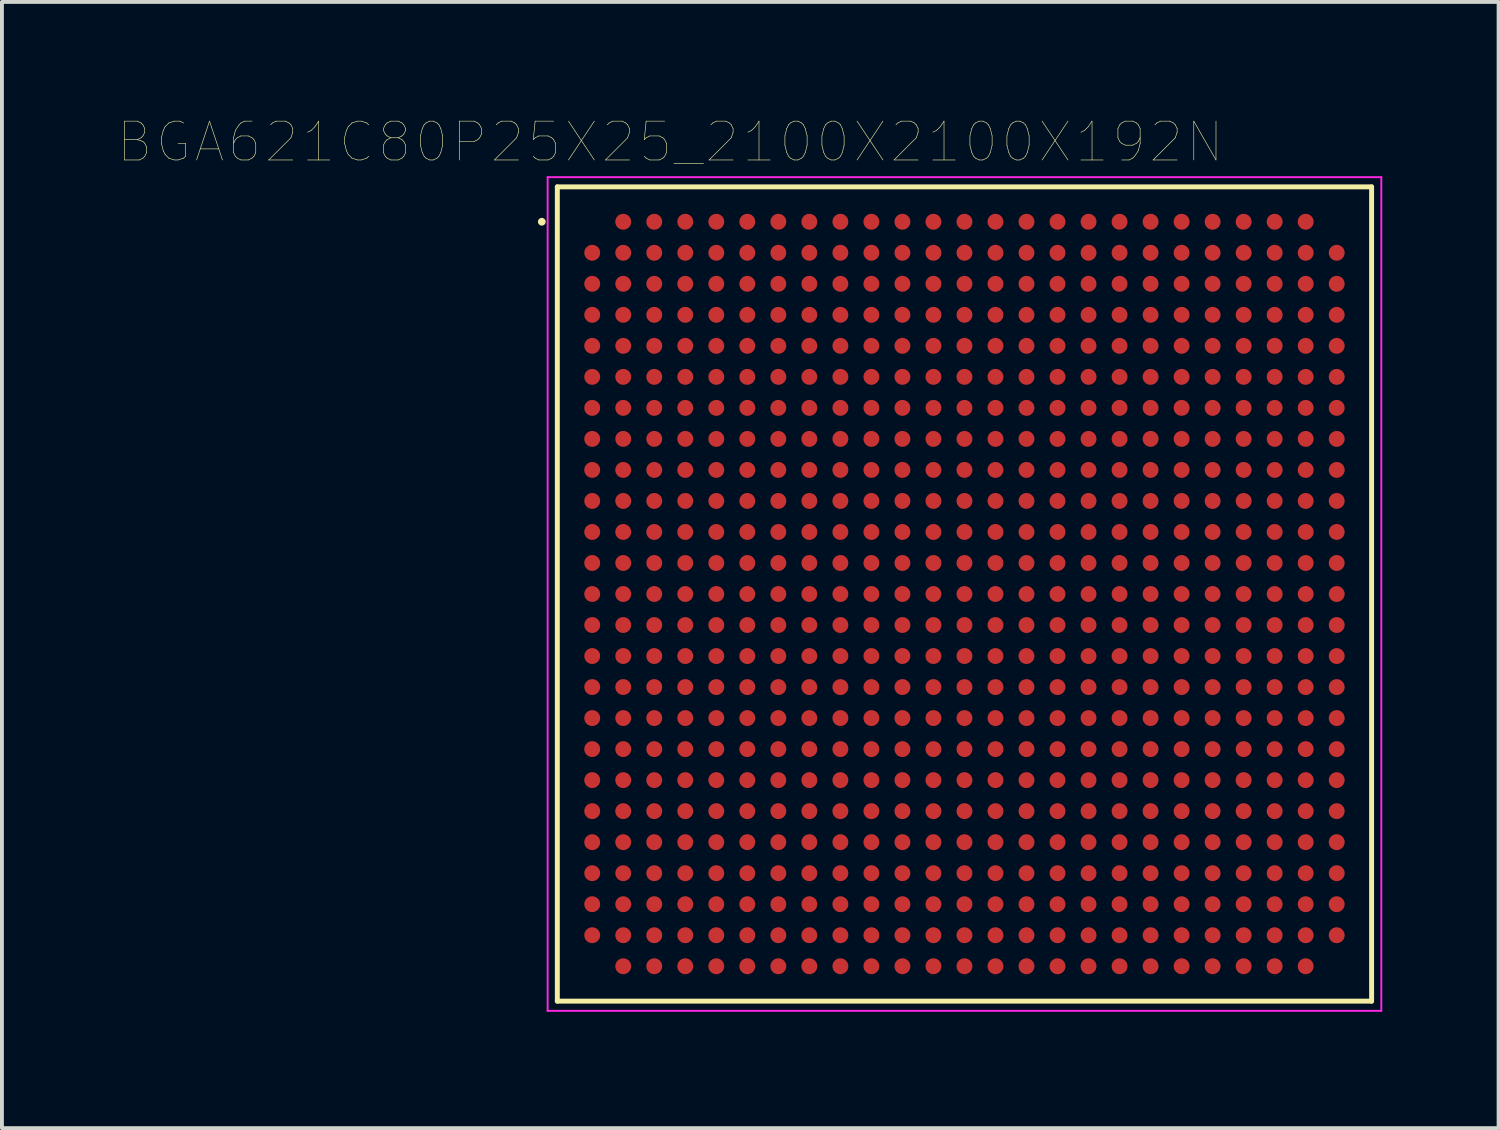
<source format=kicad_pcb>
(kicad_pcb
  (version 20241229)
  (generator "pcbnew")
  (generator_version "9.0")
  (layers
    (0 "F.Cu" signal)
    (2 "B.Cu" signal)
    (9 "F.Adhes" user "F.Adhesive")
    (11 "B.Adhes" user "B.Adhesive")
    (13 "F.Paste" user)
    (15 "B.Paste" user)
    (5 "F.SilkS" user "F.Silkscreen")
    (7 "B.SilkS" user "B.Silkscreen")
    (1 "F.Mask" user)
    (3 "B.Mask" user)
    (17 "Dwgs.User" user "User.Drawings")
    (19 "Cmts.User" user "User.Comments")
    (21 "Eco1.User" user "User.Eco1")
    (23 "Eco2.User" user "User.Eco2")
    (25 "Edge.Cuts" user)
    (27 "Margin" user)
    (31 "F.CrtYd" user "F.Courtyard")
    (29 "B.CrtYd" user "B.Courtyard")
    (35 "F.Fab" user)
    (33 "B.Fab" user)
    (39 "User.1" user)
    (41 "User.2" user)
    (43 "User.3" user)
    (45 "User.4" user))
  (footprint "BGA621C80P25X25_2100X2100X192N"
    (layer "F.Cu")
    (at 21.823 12.269)
    (property "Reference" "BGA621C80P25X25_2100X2100X192N" (at -7.589 -11.656 0) (layer "F.SilkS") (effects (font (size 1.002 1.002) (thickness 0.015))))
    (attr through_hole)
    (fp_line (start -10.5 -10.5) (end -10.5 10.5) (stroke (width 0.127) (type solid)) (layer "F.SilkS"))
    (fp_line (start -10.5 10.5) (end 10.5 10.5) (stroke (width 0.127) (type solid)) (layer "F.SilkS"))
    (fp_line (start 10.5 -10.5) (end -10.5 -10.5) (stroke (width 0.127) (type solid)) (layer "F.SilkS"))
    (fp_line (start 10.5 10.5) (end 10.5 -10.5) (stroke (width 0.127) (type solid)) (layer "F.SilkS"))
    (fp_circle (center -10.9 -9.6) (end -10.8 -9.6) (stroke (width 0) (type solid)) (fill yes) (layer "F.SilkS"))
    (fp_line (start -10.75 -10.75) (end -10.75 10.75) (stroke (width 0.05) (type solid)) (layer "F.CrtYd"))
    (fp_line (start -10.75 10.75) (end 10.75 10.75) (stroke (width 0.05) (type solid)) (layer "F.CrtYd"))
    (fp_line (start 10.75 -10.75) (end -10.75 -10.75) (stroke (width 0.05) (type solid)) (layer "F.CrtYd"))
    (fp_line (start 10.75 10.75) (end 10.75 -10.75) (stroke (width 0.05) (type solid)) (layer "F.CrtYd"))
    (pad "A2" smd circle (at -8.8 -9.6) (size 0.41 0.41) (layers "F.Cu" "F.Mask" "F.Paste"))
    (pad "A3" smd circle (at -8 -9.6) (size 0.41 0.41) (layers "F.Cu" "F.Mask" "F.Paste"))
    (pad "A4" smd circle (at -7.2 -9.6) (size 0.41 0.41) (layers "F.Cu" "F.Mask" "F.Paste"))
    (pad "A5" smd circle (at -6.4 -9.6) (size 0.41 0.41) (layers "F.Cu" "F.Mask" "F.Paste"))
    (pad "A6" smd circle (at -5.6 -9.6) (size 0.41 0.41) (layers "F.Cu" "F.Mask" "F.Paste"))
    (pad "A7" smd circle (at -4.8 -9.6) (size 0.41 0.41) (layers "F.Cu" "F.Mask" "F.Paste"))
    (pad "A8" smd circle (at -4 -9.6) (size 0.41 0.41) (layers "F.Cu" "F.Mask" "F.Paste"))
    (pad "A9" smd circle (at -3.2 -9.6) (size 0.41 0.41) (layers "F.Cu" "F.Mask" "F.Paste"))
    (pad "A10" smd circle (at -2.4 -9.6) (size 0.41 0.41) (layers "F.Cu" "F.Mask" "F.Paste"))
    (pad "A11" smd circle (at -1.6 -9.6) (size 0.41 0.41) (layers "F.Cu" "F.Mask" "F.Paste"))
    (pad "A12" smd circle (at -0.8 -9.6) (size 0.41 0.41) (layers "F.Cu" "F.Mask" "F.Paste"))
    (pad "A13" smd circle (at 0 -9.6) (size 0.41 0.41) (layers "F.Cu" "F.Mask" "F.Paste"))
    (pad "A14" smd circle (at 0.8 -9.6) (size 0.41 0.41) (layers "F.Cu" "F.Mask" "F.Paste"))
    (pad "A15" smd circle (at 1.6 -9.6) (size 0.41 0.41) (layers "F.Cu" "F.Mask" "F.Paste"))
    (pad "A16" smd circle (at 2.4 -9.6) (size 0.41 0.41) (layers "F.Cu" "F.Mask" "F.Paste"))
    (pad "A17" smd circle (at 3.2 -9.6) (size 0.41 0.41) (layers "F.Cu" "F.Mask" "F.Paste"))
    (pad "A18" smd circle (at 4 -9.6) (size 0.41 0.41) (layers "F.Cu" "F.Mask" "F.Paste"))
    (pad "A19" smd circle (at 4.8 -9.6) (size 0.41 0.41) (layers "F.Cu" "F.Mask" "F.Paste"))
    (pad "A20" smd circle (at 5.6 -9.6) (size 0.41 0.41) (layers "F.Cu" "F.Mask" "F.Paste"))
    (pad "A21" smd circle (at 6.4 -9.6) (size 0.41 0.41) (layers "F.Cu" "F.Mask" "F.Paste"))
    (pad "A22" smd circle (at 7.2 -9.6) (size 0.41 0.41) (layers "F.Cu" "F.Mask" "F.Paste"))
    (pad "A23" smd circle (at 8 -9.6) (size 0.41 0.41) (layers "F.Cu" "F.Mask" "F.Paste"))
    (pad "A24" smd circle (at 8.8 -9.6) (size 0.41 0.41) (layers "F.Cu" "F.Mask" "F.Paste"))
    (pad "AA1" smd circle (at -9.6 6.4) (size 0.41 0.41) (layers "F.Cu" "F.Mask" "F.Paste"))
    (pad "AA2" smd circle (at -8.8 6.4) (size 0.41 0.41) (layers "F.Cu" "F.Mask" "F.Paste"))
    (pad "AA3" smd circle (at -8 6.4) (size 0.41 0.41) (layers "F.Cu" "F.Mask" "F.Paste"))
    (pad "AA4" smd circle (at -7.2 6.4) (size 0.41 0.41) (layers "F.Cu" "F.Mask" "F.Paste"))
    (pad "AA5" smd circle (at -6.4 6.4) (size 0.41 0.41) (layers "F.Cu" "F.Mask" "F.Paste"))
    (pad "AA6" smd circle (at -5.6 6.4) (size 0.41 0.41) (layers "F.Cu" "F.Mask" "F.Paste"))
    (pad "AA7" smd circle (at -4.8 6.4) (size 0.41 0.41) (layers "F.Cu" "F.Mask" "F.Paste"))
    (pad "AA8" smd circle (at -4 6.4) (size 0.41 0.41) (layers "F.Cu" "F.Mask" "F.Paste"))
    (pad "AA9" smd circle (at -3.2 6.4) (size 0.41 0.41) (layers "F.Cu" "F.Mask" "F.Paste"))
    (pad "AA10" smd circle (at -2.4 6.4) (size 0.41 0.41) (layers "F.Cu" "F.Mask" "F.Paste"))
    (pad "AA11" smd circle (at -1.6 6.4) (size 0.41 0.41) (layers "F.Cu" "F.Mask" "F.Paste"))
    (pad "AA12" smd circle (at -0.8 6.4) (size 0.41 0.41) (layers "F.Cu" "F.Mask" "F.Paste"))
    (pad "AA13" smd circle (at 0 6.4) (size 0.41 0.41) (layers "F.Cu" "F.Mask" "F.Paste"))
    (pad "AA14" smd circle (at 0.8 6.4) (size 0.41 0.41) (layers "F.Cu" "F.Mask" "F.Paste"))
    (pad "AA15" smd circle (at 1.6 6.4) (size 0.41 0.41) (layers "F.Cu" "F.Mask" "F.Paste"))
    (pad "AA16" smd circle (at 2.4 6.4) (size 0.41 0.41) (layers "F.Cu" "F.Mask" "F.Paste"))
    (pad "AA17" smd circle (at 3.2 6.4) (size 0.41 0.41) (layers "F.Cu" "F.Mask" "F.Paste"))
    (pad "AA18" smd circle (at 4 6.4) (size 0.41 0.41) (layers "F.Cu" "F.Mask" "F.Paste"))
    (pad "AA19" smd circle (at 4.8 6.4) (size 0.41 0.41) (layers "F.Cu" "F.Mask" "F.Paste"))
    (pad "AA20" smd circle (at 5.6 6.4) (size 0.41 0.41) (layers "F.Cu" "F.Mask" "F.Paste"))
    (pad "AA21" smd circle (at 6.4 6.4) (size 0.41 0.41) (layers "F.Cu" "F.Mask" "F.Paste"))
    (pad "AA22" smd circle (at 7.2 6.4) (size 0.41 0.41) (layers "F.Cu" "F.Mask" "F.Paste"))
    (pad "AA23" smd circle (at 8 6.4) (size 0.41 0.41) (layers "F.Cu" "F.Mask" "F.Paste"))
    (pad "AA24" smd circle (at 8.8 6.4) (size 0.41 0.41) (layers "F.Cu" "F.Mask" "F.Paste"))
    (pad "AA25" smd circle (at 9.6 6.4) (size 0.41 0.41) (layers "F.Cu" "F.Mask" "F.Paste"))
    (pad "AB1" smd circle (at -9.6 7.2) (size 0.41 0.41) (layers "F.Cu" "F.Mask" "F.Paste"))
    (pad "AB2" smd circle (at -8.8 7.2) (size 0.41 0.41) (layers "F.Cu" "F.Mask" "F.Paste"))
    (pad "AB3" smd circle (at -8 7.2) (size 0.41 0.41) (layers "F.Cu" "F.Mask" "F.Paste"))
    (pad "AB4" smd circle (at -7.2 7.2) (size 0.41 0.41) (layers "F.Cu" "F.Mask" "F.Paste"))
    (pad "AB5" smd circle (at -6.4 7.2) (size 0.41 0.41) (layers "F.Cu" "F.Mask" "F.Paste"))
    (pad "AB6" smd circle (at -5.6 7.2) (size 0.41 0.41) (layers "F.Cu" "F.Mask" "F.Paste"))
    (pad "AB7" smd circle (at -4.8 7.2) (size 0.41 0.41) (layers "F.Cu" "F.Mask" "F.Paste"))
    (pad "AB8" smd circle (at -4 7.2) (size 0.41 0.41) (layers "F.Cu" "F.Mask" "F.Paste"))
    (pad "AB9" smd circle (at -3.2 7.2) (size 0.41 0.41) (layers "F.Cu" "F.Mask" "F.Paste"))
    (pad "AB10" smd circle (at -2.4 7.2) (size 0.41 0.41) (layers "F.Cu" "F.Mask" "F.Paste"))
    (pad "AB11" smd circle (at -1.6 7.2) (size 0.41 0.41) (layers "F.Cu" "F.Mask" "F.Paste"))
    (pad "AB12" smd circle (at -0.8 7.2) (size 0.41 0.41) (layers "F.Cu" "F.Mask" "F.Paste"))
    (pad "AB13" smd circle (at 0 7.2) (size 0.41 0.41) (layers "F.Cu" "F.Mask" "F.Paste"))
    (pad "AB14" smd circle (at 0.8 7.2) (size 0.41 0.41) (layers "F.Cu" "F.Mask" "F.Paste"))
    (pad "AB15" smd circle (at 1.6 7.2) (size 0.41 0.41) (layers "F.Cu" "F.Mask" "F.Paste"))
    (pad "AB16" smd circle (at 2.4 7.2) (size 0.41 0.41) (layers "F.Cu" "F.Mask" "F.Paste"))
    (pad "AB17" smd circle (at 3.2 7.2) (size 0.41 0.41) (layers "F.Cu" "F.Mask" "F.Paste"))
    (pad "AB18" smd circle (at 4 7.2) (size 0.41 0.41) (layers "F.Cu" "F.Mask" "F.Paste"))
    (pad "AB19" smd circle (at 4.8 7.2) (size 0.41 0.41) (layers "F.Cu" "F.Mask" "F.Paste"))
    (pad "AB20" smd circle (at 5.6 7.2) (size 0.41 0.41) (layers "F.Cu" "F.Mask" "F.Paste"))
    (pad "AB21" smd circle (at 6.4 7.2) (size 0.41 0.41) (layers "F.Cu" "F.Mask" "F.Paste"))
    (pad "AB22" smd circle (at 7.2 7.2) (size 0.41 0.41) (layers "F.Cu" "F.Mask" "F.Paste"))
    (pad "AB23" smd circle (at 8 7.2) (size 0.41 0.41) (layers "F.Cu" "F.Mask" "F.Paste"))
    (pad "AB24" smd circle (at 8.8 7.2) (size 0.41 0.41) (layers "F.Cu" "F.Mask" "F.Paste"))
    (pad "AB25" smd circle (at 9.6 7.2) (size 0.41 0.41) (layers "F.Cu" "F.Mask" "F.Paste"))
    (pad "AC1" smd circle (at -9.6 8) (size 0.41 0.41) (layers "F.Cu" "F.Mask" "F.Paste"))
    (pad "AC2" smd circle (at -8.8 8) (size 0.41 0.41) (layers "F.Cu" "F.Mask" "F.Paste"))
    (pad "AC3" smd circle (at -8 8) (size 0.41 0.41) (layers "F.Cu" "F.Mask" "F.Paste"))
    (pad "AC4" smd circle (at -7.2 8) (size 0.41 0.41) (layers "F.Cu" "F.Mask" "F.Paste"))
    (pad "AC5" smd circle (at -6.4 8) (size 0.41 0.41) (layers "F.Cu" "F.Mask" "F.Paste"))
    (pad "AC6" smd circle (at -5.6 8) (size 0.41 0.41) (layers "F.Cu" "F.Mask" "F.Paste"))
    (pad "AC7" smd circle (at -4.8 8) (size 0.41 0.41) (layers "F.Cu" "F.Mask" "F.Paste"))
    (pad "AC8" smd circle (at -4 8) (size 0.41 0.41) (layers "F.Cu" "F.Mask" "F.Paste"))
    (pad "AC9" smd circle (at -3.2 8) (size 0.41 0.41) (layers "F.Cu" "F.Mask" "F.Paste"))
    (pad "AC10" smd circle (at -2.4 8) (size 0.41 0.41) (layers "F.Cu" "F.Mask" "F.Paste"))
    (pad "AC11" smd circle (at -1.6 8) (size 0.41 0.41) (layers "F.Cu" "F.Mask" "F.Paste"))
    (pad "AC12" smd circle (at -0.8 8) (size 0.41 0.41) (layers "F.Cu" "F.Mask" "F.Paste"))
    (pad "AC13" smd circle (at 0 8) (size 0.41 0.41) (layers "F.Cu" "F.Mask" "F.Paste"))
    (pad "AC14" smd circle (at 0.8 8) (size 0.41 0.41) (layers "F.Cu" "F.Mask" "F.Paste"))
    (pad "AC15" smd circle (at 1.6 8) (size 0.41 0.41) (layers "F.Cu" "F.Mask" "F.Paste"))
    (pad "AC16" smd circle (at 2.4 8) (size 0.41 0.41) (layers "F.Cu" "F.Mask" "F.Paste"))
    (pad "AC17" smd circle (at 3.2 8) (size 0.41 0.41) (layers "F.Cu" "F.Mask" "F.Paste"))
    (pad "AC18" smd circle (at 4 8) (size 0.41 0.41) (layers "F.Cu" "F.Mask" "F.Paste"))
    (pad "AC19" smd circle (at 4.8 8) (size 0.41 0.41) (layers "F.Cu" "F.Mask" "F.Paste"))
    (pad "AC20" smd circle (at 5.6 8) (size 0.41 0.41) (layers "F.Cu" "F.Mask" "F.Paste"))
    (pad "AC21" smd circle (at 6.4 8) (size 0.41 0.41) (layers "F.Cu" "F.Mask" "F.Paste"))
    (pad "AC22" smd circle (at 7.2 8) (size 0.41 0.41) (layers "F.Cu" "F.Mask" "F.Paste"))
    (pad "AC23" smd circle (at 8 8) (size 0.41 0.41) (layers "F.Cu" "F.Mask" "F.Paste"))
    (pad "AC24" smd circle (at 8.8 8) (size 0.41 0.41) (layers "F.Cu" "F.Mask" "F.Paste"))
    (pad "AC25" smd circle (at 9.6 8) (size 0.41 0.41) (layers "F.Cu" "F.Mask" "F.Paste"))
    (pad "AD1" smd circle (at -9.6 8.8) (size 0.41 0.41) (layers "F.Cu" "F.Mask" "F.Paste"))
    (pad "AD2" smd circle (at -8.8 8.8) (size 0.41 0.41) (layers "F.Cu" "F.Mask" "F.Paste"))
    (pad "AD3" smd circle (at -8 8.8) (size 0.41 0.41) (layers "F.Cu" "F.Mask" "F.Paste"))
    (pad "AD4" smd circle (at -7.2 8.8) (size 0.41 0.41) (layers "F.Cu" "F.Mask" "F.Paste"))
    (pad "AD5" smd circle (at -6.4 8.8) (size 0.41 0.41) (layers "F.Cu" "F.Mask" "F.Paste"))
    (pad "AD6" smd circle (at -5.6 8.8) (size 0.41 0.41) (layers "F.Cu" "F.Mask" "F.Paste"))
    (pad "AD7" smd circle (at -4.8 8.8) (size 0.41 0.41) (layers "F.Cu" "F.Mask" "F.Paste"))
    (pad "AD8" smd circle (at -4 8.8) (size 0.41 0.41) (layers "F.Cu" "F.Mask" "F.Paste"))
    (pad "AD9" smd circle (at -3.2 8.8) (size 0.41 0.41) (layers "F.Cu" "F.Mask" "F.Paste"))
    (pad "AD10" smd circle (at -2.4 8.8) (size 0.41 0.41) (layers "F.Cu" "F.Mask" "F.Paste"))
    (pad "AD11" smd circle (at -1.6 8.8) (size 0.41 0.41) (layers "F.Cu" "F.Mask" "F.Paste"))
    (pad "AD12" smd circle (at -0.8 8.8) (size 0.41 0.41) (layers "F.Cu" "F.Mask" "F.Paste"))
    (pad "AD13" smd circle (at 0 8.8) (size 0.41 0.41) (layers "F.Cu" "F.Mask" "F.Paste"))
    (pad "AD14" smd circle (at 0.8 8.8) (size 0.41 0.41) (layers "F.Cu" "F.Mask" "F.Paste"))
    (pad "AD15" smd circle (at 1.6 8.8) (size 0.41 0.41) (layers "F.Cu" "F.Mask" "F.Paste"))
    (pad "AD16" smd circle (at 2.4 8.8) (size 0.41 0.41) (layers "F.Cu" "F.Mask" "F.Paste"))
    (pad "AD17" smd circle (at 3.2 8.8) (size 0.41 0.41) (layers "F.Cu" "F.Mask" "F.Paste"))
    (pad "AD18" smd circle (at 4 8.8) (size 0.41 0.41) (layers "F.Cu" "F.Mask" "F.Paste"))
    (pad "AD19" smd circle (at 4.8 8.8) (size 0.41 0.41) (layers "F.Cu" "F.Mask" "F.Paste"))
    (pad "AD20" smd circle (at 5.6 8.8) (size 0.41 0.41) (layers "F.Cu" "F.Mask" "F.Paste"))
    (pad "AD21" smd circle (at 6.4 8.8) (size 0.41 0.41) (layers "F.Cu" "F.Mask" "F.Paste"))
    (pad "AD22" smd circle (at 7.2 8.8) (size 0.41 0.41) (layers "F.Cu" "F.Mask" "F.Paste"))
    (pad "AD23" smd circle (at 8 8.8) (size 0.41 0.41) (layers "F.Cu" "F.Mask" "F.Paste"))
    (pad "AD24" smd circle (at 8.8 8.8) (size 0.41 0.41) (layers "F.Cu" "F.Mask" "F.Paste"))
    (pad "AD25" smd circle (at 9.6 8.8) (size 0.41 0.41) (layers "F.Cu" "F.Mask" "F.Paste"))
    (pad "AE2" smd circle (at -8.8 9.6) (size 0.41 0.41) (layers "F.Cu" "F.Mask" "F.Paste"))
    (pad "AE3" smd circle (at -8 9.6) (size 0.41 0.41) (layers "F.Cu" "F.Mask" "F.Paste"))
    (pad "AE4" smd circle (at -7.2 9.6) (size 0.41 0.41) (layers "F.Cu" "F.Mask" "F.Paste"))
    (pad "AE5" smd circle (at -6.4 9.6) (size 0.41 0.41) (layers "F.Cu" "F.Mask" "F.Paste"))
    (pad "AE6" smd circle (at -5.6 9.6) (size 0.41 0.41) (layers "F.Cu" "F.Mask" "F.Paste"))
    (pad "AE7" smd circle (at -4.8 9.6) (size 0.41 0.41) (layers "F.Cu" "F.Mask" "F.Paste"))
    (pad "AE8" smd circle (at -4 9.6) (size 0.41 0.41) (layers "F.Cu" "F.Mask" "F.Paste"))
    (pad "AE9" smd circle (at -3.2 9.6) (size 0.41 0.41) (layers "F.Cu" "F.Mask" "F.Paste"))
    (pad "AE10" smd circle (at -2.4 9.6) (size 0.41 0.41) (layers "F.Cu" "F.Mask" "F.Paste"))
    (pad "AE11" smd circle (at -1.6 9.6) (size 0.41 0.41) (layers "F.Cu" "F.Mask" "F.Paste"))
    (pad "AE12" smd circle (at -0.8 9.6) (size 0.41 0.41) (layers "F.Cu" "F.Mask" "F.Paste"))
    (pad "AE13" smd circle (at 0 9.6) (size 0.41 0.41) (layers "F.Cu" "F.Mask" "F.Paste"))
    (pad "AE14" smd circle (at 0.8 9.6) (size 0.41 0.41) (layers "F.Cu" "F.Mask" "F.Paste"))
    (pad "AE15" smd circle (at 1.6 9.6) (size 0.41 0.41) (layers "F.Cu" "F.Mask" "F.Paste"))
    (pad "AE16" smd circle (at 2.4 9.6) (size 0.41 0.41) (layers "F.Cu" "F.Mask" "F.Paste"))
    (pad "AE17" smd circle (at 3.2 9.6) (size 0.41 0.41) (layers "F.Cu" "F.Mask" "F.Paste"))
    (pad "AE18" smd circle (at 4 9.6) (size 0.41 0.41) (layers "F.Cu" "F.Mask" "F.Paste"))
    (pad "AE19" smd circle (at 4.8 9.6) (size 0.41 0.41) (layers "F.Cu" "F.Mask" "F.Paste"))
    (pad "AE20" smd circle (at 5.6 9.6) (size 0.41 0.41) (layers "F.Cu" "F.Mask" "F.Paste"))
    (pad "AE21" smd circle (at 6.4 9.6) (size 0.41 0.41) (layers "F.Cu" "F.Mask" "F.Paste"))
    (pad "AE22" smd circle (at 7.2 9.6) (size 0.41 0.41) (layers "F.Cu" "F.Mask" "F.Paste"))
    (pad "AE23" smd circle (at 8 9.6) (size 0.41 0.41) (layers "F.Cu" "F.Mask" "F.Paste"))
    (pad "AE24" smd circle (at 8.8 9.6) (size 0.41 0.41) (layers "F.Cu" "F.Mask" "F.Paste"))
    (pad "B1" smd circle (at -9.6 -8.8) (size 0.41 0.41) (layers "F.Cu" "F.Mask" "F.Paste"))
    (pad "B2" smd circle (at -8.8 -8.8) (size 0.41 0.41) (layers "F.Cu" "F.Mask" "F.Paste"))
    (pad "B3" smd circle (at -8 -8.8) (size 0.41 0.41) (layers "F.Cu" "F.Mask" "F.Paste"))
    (pad "B4" smd circle (at -7.2 -8.8) (size 0.41 0.41) (layers "F.Cu" "F.Mask" "F.Paste"))
    (pad "B5" smd circle (at -6.4 -8.8) (size 0.41 0.41) (layers "F.Cu" "F.Mask" "F.Paste"))
    (pad "B6" smd circle (at -5.6 -8.8) (size 0.41 0.41) (layers "F.Cu" "F.Mask" "F.Paste"))
    (pad "B7" smd circle (at -4.8 -8.8) (size 0.41 0.41) (layers "F.Cu" "F.Mask" "F.Paste"))
    (pad "B8" smd circle (at -4 -8.8) (size 0.41 0.41) (layers "F.Cu" "F.Mask" "F.Paste"))
    (pad "B9" smd circle (at -3.2 -8.8) (size 0.41 0.41) (layers "F.Cu" "F.Mask" "F.Paste"))
    (pad "B10" smd circle (at -2.4 -8.8) (size 0.41 0.41) (layers "F.Cu" "F.Mask" "F.Paste"))
    (pad "B11" smd circle (at -1.6 -8.8) (size 0.41 0.41) (layers "F.Cu" "F.Mask" "F.Paste"))
    (pad "B12" smd circle (at -0.8 -8.8) (size 0.41 0.41) (layers "F.Cu" "F.Mask" "F.Paste"))
    (pad "B13" smd circle (at 0 -8.8) (size 0.41 0.41) (layers "F.Cu" "F.Mask" "F.Paste"))
    (pad "B14" smd circle (at 0.8 -8.8) (size 0.41 0.41) (layers "F.Cu" "F.Mask" "F.Paste"))
    (pad "B15" smd circle (at 1.6 -8.8) (size 0.41 0.41) (layers "F.Cu" "F.Mask" "F.Paste"))
    (pad "B16" smd circle (at 2.4 -8.8) (size 0.41 0.41) (layers "F.Cu" "F.Mask" "F.Paste"))
    (pad "B17" smd circle (at 3.2 -8.8) (size 0.41 0.41) (layers "F.Cu" "F.Mask" "F.Paste"))
    (pad "B18" smd circle (at 4 -8.8) (size 0.41 0.41) (layers "F.Cu" "F.Mask" "F.Paste"))
    (pad "B19" smd circle (at 4.8 -8.8) (size 0.41 0.41) (layers "F.Cu" "F.Mask" "F.Paste"))
    (pad "B20" smd circle (at 5.6 -8.8) (size 0.41 0.41) (layers "F.Cu" "F.Mask" "F.Paste"))
    (pad "B21" smd circle (at 6.4 -8.8) (size 0.41 0.41) (layers "F.Cu" "F.Mask" "F.Paste"))
    (pad "B22" smd circle (at 7.2 -8.8) (size 0.41 0.41) (layers "F.Cu" "F.Mask" "F.Paste"))
    (pad "B23" smd circle (at 8 -8.8) (size 0.41 0.41) (layers "F.Cu" "F.Mask" "F.Paste"))
    (pad "B24" smd circle (at 8.8 -8.8) (size 0.41 0.41) (layers "F.Cu" "F.Mask" "F.Paste"))
    (pad "B25" smd circle (at 9.6 -8.8) (size 0.41 0.41) (layers "F.Cu" "F.Mask" "F.Paste"))
    (pad "C1" smd circle (at -9.6 -8) (size 0.41 0.41) (layers "F.Cu" "F.Mask" "F.Paste"))
    (pad "C2" smd circle (at -8.8 -8) (size 0.41 0.41) (layers "F.Cu" "F.Mask" "F.Paste"))
    (pad "C3" smd circle (at -8 -8) (size 0.41 0.41) (layers "F.Cu" "F.Mask" "F.Paste"))
    (pad "C4" smd circle (at -7.2 -8) (size 0.41 0.41) (layers "F.Cu" "F.Mask" "F.Paste"))
    (pad "C5" smd circle (at -6.4 -8) (size 0.41 0.41) (layers "F.Cu" "F.Mask" "F.Paste"))
    (pad "C6" smd circle (at -5.6 -8) (size 0.41 0.41) (layers "F.Cu" "F.Mask" "F.Paste"))
    (pad "C7" smd circle (at -4.8 -8) (size 0.41 0.41) (layers "F.Cu" "F.Mask" "F.Paste"))
    (pad "C8" smd circle (at -4 -8) (size 0.41 0.41) (layers "F.Cu" "F.Mask" "F.Paste"))
    (pad "C9" smd circle (at -3.2 -8) (size 0.41 0.41) (layers "F.Cu" "F.Mask" "F.Paste"))
    (pad "C10" smd circle (at -2.4 -8) (size 0.41 0.41) (layers "F.Cu" "F.Mask" "F.Paste"))
    (pad "C11" smd circle (at -1.6 -8) (size 0.41 0.41) (layers "F.Cu" "F.Mask" "F.Paste"))
    (pad "C12" smd circle (at -0.8 -8) (size 0.41 0.41) (layers "F.Cu" "F.Mask" "F.Paste"))
    (pad "C13" smd circle (at 0 -8) (size 0.41 0.41) (layers "F.Cu" "F.Mask" "F.Paste"))
    (pad "C14" smd circle (at 0.8 -8) (size 0.41 0.41) (layers "F.Cu" "F.Mask" "F.Paste"))
    (pad "C15" smd circle (at 1.6 -8) (size 0.41 0.41) (layers "F.Cu" "F.Mask" "F.Paste"))
    (pad "C16" smd circle (at 2.4 -8) (size 0.41 0.41) (layers "F.Cu" "F.Mask" "F.Paste"))
    (pad "C17" smd circle (at 3.2 -8) (size 0.41 0.41) (layers "F.Cu" "F.Mask" "F.Paste"))
    (pad "C18" smd circle (at 4 -8) (size 0.41 0.41) (layers "F.Cu" "F.Mask" "F.Paste"))
    (pad "C19" smd circle (at 4.8 -8) (size 0.41 0.41) (layers "F.Cu" "F.Mask" "F.Paste"))
    (pad "C20" smd circle (at 5.6 -8) (size 0.41 0.41) (layers "F.Cu" "F.Mask" "F.Paste"))
    (pad "C21" smd circle (at 6.4 -8) (size 0.41 0.41) (layers "F.Cu" "F.Mask" "F.Paste"))
    (pad "C22" smd circle (at 7.2 -8) (size 0.41 0.41) (layers "F.Cu" "F.Mask" "F.Paste"))
    (pad "C23" smd circle (at 8 -8) (size 0.41 0.41) (layers "F.Cu" "F.Mask" "F.Paste"))
    (pad "C24" smd circle (at 8.8 -8) (size 0.41 0.41) (layers "F.Cu" "F.Mask" "F.Paste"))
    (pad "C25" smd circle (at 9.6 -8) (size 0.41 0.41) (layers "F.Cu" "F.Mask" "F.Paste"))
    (pad "D1" smd circle (at -9.6 -7.2) (size 0.41 0.41) (layers "F.Cu" "F.Mask" "F.Paste"))
    (pad "D2" smd circle (at -8.8 -7.2) (size 0.41 0.41) (layers "F.Cu" "F.Mask" "F.Paste"))
    (pad "D3" smd circle (at -8 -7.2) (size 0.41 0.41) (layers "F.Cu" "F.Mask" "F.Paste"))
    (pad "D4" smd circle (at -7.2 -7.2) (size 0.41 0.41) (layers "F.Cu" "F.Mask" "F.Paste"))
    (pad "D5" smd circle (at -6.4 -7.2) (size 0.41 0.41) (layers "F.Cu" "F.Mask" "F.Paste"))
    (pad "D6" smd circle (at -5.6 -7.2) (size 0.41 0.41) (layers "F.Cu" "F.Mask" "F.Paste"))
    (pad "D7" smd circle (at -4.8 -7.2) (size 0.41 0.41) (layers "F.Cu" "F.Mask" "F.Paste"))
    (pad "D8" smd circle (at -4 -7.2) (size 0.41 0.41) (layers "F.Cu" "F.Mask" "F.Paste"))
    (pad "D9" smd circle (at -3.2 -7.2) (size 0.41 0.41) (layers "F.Cu" "F.Mask" "F.Paste"))
    (pad "D10" smd circle (at -2.4 -7.2) (size 0.41 0.41) (layers "F.Cu" "F.Mask" "F.Paste"))
    (pad "D11" smd circle (at -1.6 -7.2) (size 0.41 0.41) (layers "F.Cu" "F.Mask" "F.Paste"))
    (pad "D12" smd circle (at -0.8 -7.2) (size 0.41 0.41) (layers "F.Cu" "F.Mask" "F.Paste"))
    (pad "D13" smd circle (at 0 -7.2) (size 0.41 0.41) (layers "F.Cu" "F.Mask" "F.Paste"))
    (pad "D14" smd circle (at 0.8 -7.2) (size 0.41 0.41) (layers "F.Cu" "F.Mask" "F.Paste"))
    (pad "D15" smd circle (at 1.6 -7.2) (size 0.41 0.41) (layers "F.Cu" "F.Mask" "F.Paste"))
    (pad "D16" smd circle (at 2.4 -7.2) (size 0.41 0.41) (layers "F.Cu" "F.Mask" "F.Paste"))
    (pad "D17" smd circle (at 3.2 -7.2) (size 0.41 0.41) (layers "F.Cu" "F.Mask" "F.Paste"))
    (pad "D18" smd circle (at 4 -7.2) (size 0.41 0.41) (layers "F.Cu" "F.Mask" "F.Paste"))
    (pad "D19" smd circle (at 4.8 -7.2) (size 0.41 0.41) (layers "F.Cu" "F.Mask" "F.Paste"))
    (pad "D20" smd circle (at 5.6 -7.2) (size 0.41 0.41) (layers "F.Cu" "F.Mask" "F.Paste"))
    (pad "D21" smd circle (at 6.4 -7.2) (size 0.41 0.41) (layers "F.Cu" "F.Mask" "F.Paste"))
    (pad "D22" smd circle (at 7.2 -7.2) (size 0.41 0.41) (layers "F.Cu" "F.Mask" "F.Paste"))
    (pad "D23" smd circle (at 8 -7.2) (size 0.41 0.41) (layers "F.Cu" "F.Mask" "F.Paste"))
    (pad "D24" smd circle (at 8.8 -7.2) (size 0.41 0.41) (layers "F.Cu" "F.Mask" "F.Paste"))
    (pad "D25" smd circle (at 9.6 -7.2) (size 0.41 0.41) (layers "F.Cu" "F.Mask" "F.Paste"))
    (pad "E1" smd circle (at -9.6 -6.4) (size 0.41 0.41) (layers "F.Cu" "F.Mask" "F.Paste"))
    (pad "E2" smd circle (at -8.8 -6.4) (size 0.41 0.41) (layers "F.Cu" "F.Mask" "F.Paste"))
    (pad "E3" smd circle (at -8 -6.4) (size 0.41 0.41) (layers "F.Cu" "F.Mask" "F.Paste"))
    (pad "E4" smd circle (at -7.2 -6.4) (size 0.41 0.41) (layers "F.Cu" "F.Mask" "F.Paste"))
    (pad "E5" smd circle (at -6.4 -6.4) (size 0.41 0.41) (layers "F.Cu" "F.Mask" "F.Paste"))
    (pad "E6" smd circle (at -5.6 -6.4) (size 0.41 0.41) (layers "F.Cu" "F.Mask" "F.Paste"))
    (pad "E7" smd circle (at -4.8 -6.4) (size 0.41 0.41) (layers "F.Cu" "F.Mask" "F.Paste"))
    (pad "E8" smd circle (at -4 -6.4) (size 0.41 0.41) (layers "F.Cu" "F.Mask" "F.Paste"))
    (pad "E9" smd circle (at -3.2 -6.4) (size 0.41 0.41) (layers "F.Cu" "F.Mask" "F.Paste"))
    (pad "E10" smd circle (at -2.4 -6.4) (size 0.41 0.41) (layers "F.Cu" "F.Mask" "F.Paste"))
    (pad "E11" smd circle (at -1.6 -6.4) (size 0.41 0.41) (layers "F.Cu" "F.Mask" "F.Paste"))
    (pad "E12" smd circle (at -0.8 -6.4) (size 0.41 0.41) (layers "F.Cu" "F.Mask" "F.Paste"))
    (pad "E13" smd circle (at 0 -6.4) (size 0.41 0.41) (layers "F.Cu" "F.Mask" "F.Paste"))
    (pad "E14" smd circle (at 0.8 -6.4) (size 0.41 0.41) (layers "F.Cu" "F.Mask" "F.Paste"))
    (pad "E15" smd circle (at 1.6 -6.4) (size 0.41 0.41) (layers "F.Cu" "F.Mask" "F.Paste"))
    (pad "E16" smd circle (at 2.4 -6.4) (size 0.41 0.41) (layers "F.Cu" "F.Mask" "F.Paste"))
    (pad "E17" smd circle (at 3.2 -6.4) (size 0.41 0.41) (layers "F.Cu" "F.Mask" "F.Paste"))
    (pad "E18" smd circle (at 4 -6.4) (size 0.41 0.41) (layers "F.Cu" "F.Mask" "F.Paste"))
    (pad "E19" smd circle (at 4.8 -6.4) (size 0.41 0.41) (layers "F.Cu" "F.Mask" "F.Paste"))
    (pad "E20" smd circle (at 5.6 -6.4) (size 0.41 0.41) (layers "F.Cu" "F.Mask" "F.Paste"))
    (pad "E21" smd circle (at 6.4 -6.4) (size 0.41 0.41) (layers "F.Cu" "F.Mask" "F.Paste"))
    (pad "E22" smd circle (at 7.2 -6.4) (size 0.41 0.41) (layers "F.Cu" "F.Mask" "F.Paste"))
    (pad "E23" smd circle (at 8 -6.4) (size 0.41 0.41) (layers "F.Cu" "F.Mask" "F.Paste"))
    (pad "E24" smd circle (at 8.8 -6.4) (size 0.41 0.41) (layers "F.Cu" "F.Mask" "F.Paste"))
    (pad "E25" smd circle (at 9.6 -6.4) (size 0.41 0.41) (layers "F.Cu" "F.Mask" "F.Paste"))
    (pad "F1" smd circle (at -9.6 -5.6) (size 0.41 0.41) (layers "F.Cu" "F.Mask" "F.Paste"))
    (pad "F2" smd circle (at -8.8 -5.6) (size 0.41 0.41) (layers "F.Cu" "F.Mask" "F.Paste"))
    (pad "F3" smd circle (at -8 -5.6) (size 0.41 0.41) (layers "F.Cu" "F.Mask" "F.Paste"))
    (pad "F4" smd circle (at -7.2 -5.6) (size 0.41 0.41) (layers "F.Cu" "F.Mask" "F.Paste"))
    (pad "F5" smd circle (at -6.4 -5.6) (size 0.41 0.41) (layers "F.Cu" "F.Mask" "F.Paste"))
    (pad "F6" smd circle (at -5.6 -5.6) (size 0.41 0.41) (layers "F.Cu" "F.Mask" "F.Paste"))
    (pad "F7" smd circle (at -4.8 -5.6) (size 0.41 0.41) (layers "F.Cu" "F.Mask" "F.Paste"))
    (pad "F8" smd circle (at -4 -5.6) (size 0.41 0.41) (layers "F.Cu" "F.Mask" "F.Paste"))
    (pad "F9" smd circle (at -3.2 -5.6) (size 0.41 0.41) (layers "F.Cu" "F.Mask" "F.Paste"))
    (pad "F10" smd circle (at -2.4 -5.6) (size 0.41 0.41) (layers "F.Cu" "F.Mask" "F.Paste"))
    (pad "F11" smd circle (at -1.6 -5.6) (size 0.41 0.41) (layers "F.Cu" "F.Mask" "F.Paste"))
    (pad "F12" smd circle (at -0.8 -5.6) (size 0.41 0.41) (layers "F.Cu" "F.Mask" "F.Paste"))
    (pad "F13" smd circle (at 0 -5.6) (size 0.41 0.41) (layers "F.Cu" "F.Mask" "F.Paste"))
    (pad "F14" smd circle (at 0.8 -5.6) (size 0.41 0.41) (layers "F.Cu" "F.Mask" "F.Paste"))
    (pad "F15" smd circle (at 1.6 -5.6) (size 0.41 0.41) (layers "F.Cu" "F.Mask" "F.Paste"))
    (pad "F16" smd circle (at 2.4 -5.6) (size 0.41 0.41) (layers "F.Cu" "F.Mask" "F.Paste"))
    (pad "F17" smd circle (at 3.2 -5.6) (size 0.41 0.41) (layers "F.Cu" "F.Mask" "F.Paste"))
    (pad "F18" smd circle (at 4 -5.6) (size 0.41 0.41) (layers "F.Cu" "F.Mask" "F.Paste"))
    (pad "F19" smd circle (at 4.8 -5.6) (size 0.41 0.41) (layers "F.Cu" "F.Mask" "F.Paste"))
    (pad "F20" smd circle (at 5.6 -5.6) (size 0.41 0.41) (layers "F.Cu" "F.Mask" "F.Paste"))
    (pad "F21" smd circle (at 6.4 -5.6) (size 0.41 0.41) (layers "F.Cu" "F.Mask" "F.Paste"))
    (pad "F22" smd circle (at 7.2 -5.6) (size 0.41 0.41) (layers "F.Cu" "F.Mask" "F.Paste"))
    (pad "F23" smd circle (at 8 -5.6) (size 0.41 0.41) (layers "F.Cu" "F.Mask" "F.Paste"))
    (pad "F24" smd circle (at 8.8 -5.6) (size 0.41 0.41) (layers "F.Cu" "F.Mask" "F.Paste"))
    (pad "F25" smd circle (at 9.6 -5.6) (size 0.41 0.41) (layers "F.Cu" "F.Mask" "F.Paste"))
    (pad "G1" smd circle (at -9.6 -4.8) (size 0.41 0.41) (layers "F.Cu" "F.Mask" "F.Paste"))
    (pad "G2" smd circle (at -8.8 -4.8) (size 0.41 0.41) (layers "F.Cu" "F.Mask" "F.Paste"))
    (pad "G3" smd circle (at -8 -4.8) (size 0.41 0.41) (layers "F.Cu" "F.Mask" "F.Paste"))
    (pad "G4" smd circle (at -7.2 -4.8) (size 0.41 0.41) (layers "F.Cu" "F.Mask" "F.Paste"))
    (pad "G5" smd circle (at -6.4 -4.8) (size 0.41 0.41) (layers "F.Cu" "F.Mask" "F.Paste"))
    (pad "G6" smd circle (at -5.6 -4.8) (size 0.41 0.41) (layers "F.Cu" "F.Mask" "F.Paste"))
    (pad "G7" smd circle (at -4.8 -4.8) (size 0.41 0.41) (layers "F.Cu" "F.Mask" "F.Paste"))
    (pad "G8" smd circle (at -4 -4.8) (size 0.41 0.41) (layers "F.Cu" "F.Mask" "F.Paste"))
    (pad "G9" smd circle (at -3.2 -4.8) (size 0.41 0.41) (layers "F.Cu" "F.Mask" "F.Paste"))
    (pad "G10" smd circle (at -2.4 -4.8) (size 0.41 0.41) (layers "F.Cu" "F.Mask" "F.Paste"))
    (pad "G11" smd circle (at -1.6 -4.8) (size 0.41 0.41) (layers "F.Cu" "F.Mask" "F.Paste"))
    (pad "G12" smd circle (at -0.8 -4.8) (size 0.41 0.41) (layers "F.Cu" "F.Mask" "F.Paste"))
    (pad "G13" smd circle (at 0 -4.8) (size 0.41 0.41) (layers "F.Cu" "F.Mask" "F.Paste"))
    (pad "G14" smd circle (at 0.8 -4.8) (size 0.41 0.41) (layers "F.Cu" "F.Mask" "F.Paste"))
    (pad "G15" smd circle (at 1.6 -4.8) (size 0.41 0.41) (layers "F.Cu" "F.Mask" "F.Paste"))
    (pad "G16" smd circle (at 2.4 -4.8) (size 0.41 0.41) (layers "F.Cu" "F.Mask" "F.Paste"))
    (pad "G17" smd circle (at 3.2 -4.8) (size 0.41 0.41) (layers "F.Cu" "F.Mask" "F.Paste"))
    (pad "G18" smd circle (at 4 -4.8) (size 0.41 0.41) (layers "F.Cu" "F.Mask" "F.Paste"))
    (pad "G19" smd circle (at 4.8 -4.8) (size 0.41 0.41) (layers "F.Cu" "F.Mask" "F.Paste"))
    (pad "G20" smd circle (at 5.6 -4.8) (size 0.41 0.41) (layers "F.Cu" "F.Mask" "F.Paste"))
    (pad "G21" smd circle (at 6.4 -4.8) (size 0.41 0.41) (layers "F.Cu" "F.Mask" "F.Paste"))
    (pad "G22" smd circle (at 7.2 -4.8) (size 0.41 0.41) (layers "F.Cu" "F.Mask" "F.Paste"))
    (pad "G23" smd circle (at 8 -4.8) (size 0.41 0.41) (layers "F.Cu" "F.Mask" "F.Paste"))
    (pad "G24" smd circle (at 8.8 -4.8) (size 0.41 0.41) (layers "F.Cu" "F.Mask" "F.Paste"))
    (pad "G25" smd circle (at 9.6 -4.8) (size 0.41 0.41) (layers "F.Cu" "F.Mask" "F.Paste"))
    (pad "H1" smd circle (at -9.6 -4) (size 0.41 0.41) (layers "F.Cu" "F.Mask" "F.Paste"))
    (pad "H2" smd circle (at -8.8 -4) (size 0.41 0.41) (layers "F.Cu" "F.Mask" "F.Paste"))
    (pad "H3" smd circle (at -8 -4) (size 0.41 0.41) (layers "F.Cu" "F.Mask" "F.Paste"))
    (pad "H4" smd circle (at -7.2 -4) (size 0.41 0.41) (layers "F.Cu" "F.Mask" "F.Paste"))
    (pad "H5" smd circle (at -6.4 -4) (size 0.41 0.41) (layers "F.Cu" "F.Mask" "F.Paste"))
    (pad "H6" smd circle (at -5.6 -4) (size 0.41 0.41) (layers "F.Cu" "F.Mask" "F.Paste"))
    (pad "H7" smd circle (at -4.8 -4) (size 0.41 0.41) (layers "F.Cu" "F.Mask" "F.Paste"))
    (pad "H8" smd circle (at -4 -4) (size 0.41 0.41) (layers "F.Cu" "F.Mask" "F.Paste"))
    (pad "H9" smd circle (at -3.2 -4) (size 0.41 0.41) (layers "F.Cu" "F.Mask" "F.Paste"))
    (pad "H10" smd circle (at -2.4 -4) (size 0.41 0.41) (layers "F.Cu" "F.Mask" "F.Paste"))
    (pad "H11" smd circle (at -1.6 -4) (size 0.41 0.41) (layers "F.Cu" "F.Mask" "F.Paste"))
    (pad "H12" smd circle (at -0.8 -4) (size 0.41 0.41) (layers "F.Cu" "F.Mask" "F.Paste"))
    (pad "H13" smd circle (at 0 -4) (size 0.41 0.41) (layers "F.Cu" "F.Mask" "F.Paste"))
    (pad "H14" smd circle (at 0.8 -4) (size 0.41 0.41) (layers "F.Cu" "F.Mask" "F.Paste"))
    (pad "H15" smd circle (at 1.6 -4) (size 0.41 0.41) (layers "F.Cu" "F.Mask" "F.Paste"))
    (pad "H16" smd circle (at 2.4 -4) (size 0.41 0.41) (layers "F.Cu" "F.Mask" "F.Paste"))
    (pad "H17" smd circle (at 3.2 -4) (size 0.41 0.41) (layers "F.Cu" "F.Mask" "F.Paste"))
    (pad "H18" smd circle (at 4 -4) (size 0.41 0.41) (layers "F.Cu" "F.Mask" "F.Paste"))
    (pad "H19" smd circle (at 4.8 -4) (size 0.41 0.41) (layers "F.Cu" "F.Mask" "F.Paste"))
    (pad "H20" smd circle (at 5.6 -4) (size 0.41 0.41) (layers "F.Cu" "F.Mask" "F.Paste"))
    (pad "H21" smd circle (at 6.4 -4) (size 0.41 0.41) (layers "F.Cu" "F.Mask" "F.Paste"))
    (pad "H22" smd circle (at 7.2 -4) (size 0.41 0.41) (layers "F.Cu" "F.Mask" "F.Paste"))
    (pad "H23" smd circle (at 8 -4) (size 0.41 0.41) (layers "F.Cu" "F.Mask" "F.Paste"))
    (pad "H24" smd circle (at 8.8 -4) (size 0.41 0.41) (layers "F.Cu" "F.Mask" "F.Paste"))
    (pad "H25" smd circle (at 9.6 -4) (size 0.41 0.41) (layers "F.Cu" "F.Mask" "F.Paste"))
    (pad "J1" smd circle (at -9.6 -3.2) (size 0.41 0.41) (layers "F.Cu" "F.Mask" "F.Paste"))
    (pad "J2" smd circle (at -8.8 -3.2) (size 0.41 0.41) (layers "F.Cu" "F.Mask" "F.Paste"))
    (pad "J3" smd circle (at -8 -3.2) (size 0.41 0.41) (layers "F.Cu" "F.Mask" "F.Paste"))
    (pad "J4" smd circle (at -7.2 -3.2) (size 0.41 0.41) (layers "F.Cu" "F.Mask" "F.Paste"))
    (pad "J5" smd circle (at -6.4 -3.2) (size 0.41 0.41) (layers "F.Cu" "F.Mask" "F.Paste"))
    (pad "J6" smd circle (at -5.6 -3.2) (size 0.41 0.41) (layers "F.Cu" "F.Mask" "F.Paste"))
    (pad "J7" smd circle (at -4.8 -3.2) (size 0.41 0.41) (layers "F.Cu" "F.Mask" "F.Paste"))
    (pad "J8" smd circle (at -4 -3.2) (size 0.41 0.41) (layers "F.Cu" "F.Mask" "F.Paste"))
    (pad "J9" smd circle (at -3.2 -3.2) (size 0.41 0.41) (layers "F.Cu" "F.Mask" "F.Paste"))
    (pad "J10" smd circle (at -2.4 -3.2) (size 0.41 0.41) (layers "F.Cu" "F.Mask" "F.Paste"))
    (pad "J11" smd circle (at -1.6 -3.2) (size 0.41 0.41) (layers "F.Cu" "F.Mask" "F.Paste"))
    (pad "J12" smd circle (at -0.8 -3.2) (size 0.41 0.41) (layers "F.Cu" "F.Mask" "F.Paste"))
    (pad "J13" smd circle (at 0 -3.2) (size 0.41 0.41) (layers "F.Cu" "F.Mask" "F.Paste"))
    (pad "J14" smd circle (at 0.8 -3.2) (size 0.41 0.41) (layers "F.Cu" "F.Mask" "F.Paste"))
    (pad "J15" smd circle (at 1.6 -3.2) (size 0.41 0.41) (layers "F.Cu" "F.Mask" "F.Paste"))
    (pad "J16" smd circle (at 2.4 -3.2) (size 0.41 0.41) (layers "F.Cu" "F.Mask" "F.Paste"))
    (pad "J17" smd circle (at 3.2 -3.2) (size 0.41 0.41) (layers "F.Cu" "F.Mask" "F.Paste"))
    (pad "J18" smd circle (at 4 -3.2) (size 0.41 0.41) (layers "F.Cu" "F.Mask" "F.Paste"))
    (pad "J19" smd circle (at 4.8 -3.2) (size 0.41 0.41) (layers "F.Cu" "F.Mask" "F.Paste"))
    (pad "J20" smd circle (at 5.6 -3.2) (size 0.41 0.41) (layers "F.Cu" "F.Mask" "F.Paste"))
    (pad "J21" smd circle (at 6.4 -3.2) (size 0.41 0.41) (layers "F.Cu" "F.Mask" "F.Paste"))
    (pad "J22" smd circle (at 7.2 -3.2) (size 0.41 0.41) (layers "F.Cu" "F.Mask" "F.Paste"))
    (pad "J23" smd circle (at 8 -3.2) (size 0.41 0.41) (layers "F.Cu" "F.Mask" "F.Paste"))
    (pad "J24" smd circle (at 8.8 -3.2) (size 0.41 0.41) (layers "F.Cu" "F.Mask" "F.Paste"))
    (pad "J25" smd circle (at 9.6 -3.2) (size 0.41 0.41) (layers "F.Cu" "F.Mask" "F.Paste"))
    (pad "K1" smd circle (at -9.6 -2.4) (size 0.41 0.41) (layers "F.Cu" "F.Mask" "F.Paste"))
    (pad "K2" smd circle (at -8.8 -2.4) (size 0.41 0.41) (layers "F.Cu" "F.Mask" "F.Paste"))
    (pad "K3" smd circle (at -8 -2.4) (size 0.41 0.41) (layers "F.Cu" "F.Mask" "F.Paste"))
    (pad "K4" smd circle (at -7.2 -2.4) (size 0.41 0.41) (layers "F.Cu" "F.Mask" "F.Paste"))
    (pad "K5" smd circle (at -6.4 -2.4) (size 0.41 0.41) (layers "F.Cu" "F.Mask" "F.Paste"))
    (pad "K6" smd circle (at -5.6 -2.4) (size 0.41 0.41) (layers "F.Cu" "F.Mask" "F.Paste"))
    (pad "K7" smd circle (at -4.8 -2.4) (size 0.41 0.41) (layers "F.Cu" "F.Mask" "F.Paste"))
    (pad "K8" smd circle (at -4 -2.4) (size 0.41 0.41) (layers "F.Cu" "F.Mask" "F.Paste"))
    (pad "K9" smd circle (at -3.2 -2.4) (size 0.41 0.41) (layers "F.Cu" "F.Mask" "F.Paste"))
    (pad "K10" smd circle (at -2.4 -2.4) (size 0.41 0.41) (layers "F.Cu" "F.Mask" "F.Paste"))
    (pad "K11" smd circle (at -1.6 -2.4) (size 0.41 0.41) (layers "F.Cu" "F.Mask" "F.Paste"))
    (pad "K12" smd circle (at -0.8 -2.4) (size 0.41 0.41) (layers "F.Cu" "F.Mask" "F.Paste"))
    (pad "K13" smd circle (at 0 -2.4) (size 0.41 0.41) (layers "F.Cu" "F.Mask" "F.Paste"))
    (pad "K14" smd circle (at 0.8 -2.4) (size 0.41 0.41) (layers "F.Cu" "F.Mask" "F.Paste"))
    (pad "K15" smd circle (at 1.6 -2.4) (size 0.41 0.41) (layers "F.Cu" "F.Mask" "F.Paste"))
    (pad "K16" smd circle (at 2.4 -2.4) (size 0.41 0.41) (layers "F.Cu" "F.Mask" "F.Paste"))
    (pad "K17" smd circle (at 3.2 -2.4) (size 0.41 0.41) (layers "F.Cu" "F.Mask" "F.Paste"))
    (pad "K18" smd circle (at 4 -2.4) (size 0.41 0.41) (layers "F.Cu" "F.Mask" "F.Paste"))
    (pad "K19" smd circle (at 4.8 -2.4) (size 0.41 0.41) (layers "F.Cu" "F.Mask" "F.Paste"))
    (pad "K20" smd circle (at 5.6 -2.4) (size 0.41 0.41) (layers "F.Cu" "F.Mask" "F.Paste"))
    (pad "K21" smd circle (at 6.4 -2.4) (size 0.41 0.41) (layers "F.Cu" "F.Mask" "F.Paste"))
    (pad "K22" smd circle (at 7.2 -2.4) (size 0.41 0.41) (layers "F.Cu" "F.Mask" "F.Paste"))
    (pad "K23" smd circle (at 8 -2.4) (size 0.41 0.41) (layers "F.Cu" "F.Mask" "F.Paste"))
    (pad "K24" smd circle (at 8.8 -2.4) (size 0.41 0.41) (layers "F.Cu" "F.Mask" "F.Paste"))
    (pad "K25" smd circle (at 9.6 -2.4) (size 0.41 0.41) (layers "F.Cu" "F.Mask" "F.Paste"))
    (pad "L1" smd circle (at -9.6 -1.6) (size 0.41 0.41) (layers "F.Cu" "F.Mask" "F.Paste"))
    (pad "L2" smd circle (at -8.8 -1.6) (size 0.41 0.41) (layers "F.Cu" "F.Mask" "F.Paste"))
    (pad "L3" smd circle (at -8 -1.6) (size 0.41 0.41) (layers "F.Cu" "F.Mask" "F.Paste"))
    (pad "L4" smd circle (at -7.2 -1.6) (size 0.41 0.41) (layers "F.Cu" "F.Mask" "F.Paste"))
    (pad "L5" smd circle (at -6.4 -1.6) (size 0.41 0.41) (layers "F.Cu" "F.Mask" "F.Paste"))
    (pad "L6" smd circle (at -5.6 -1.6) (size 0.41 0.41) (layers "F.Cu" "F.Mask" "F.Paste"))
    (pad "L7" smd circle (at -4.8 -1.6) (size 0.41 0.41) (layers "F.Cu" "F.Mask" "F.Paste"))
    (pad "L8" smd circle (at -4 -1.6) (size 0.41 0.41) (layers "F.Cu" "F.Mask" "F.Paste"))
    (pad "L9" smd circle (at -3.2 -1.6) (size 0.41 0.41) (layers "F.Cu" "F.Mask" "F.Paste"))
    (pad "L10" smd circle (at -2.4 -1.6) (size 0.41 0.41) (layers "F.Cu" "F.Mask" "F.Paste"))
    (pad "L11" smd circle (at -1.6 -1.6) (size 0.41 0.41) (layers "F.Cu" "F.Mask" "F.Paste"))
    (pad "L12" smd circle (at -0.8 -1.6) (size 0.41 0.41) (layers "F.Cu" "F.Mask" "F.Paste"))
    (pad "L13" smd circle (at 0 -1.6) (size 0.41 0.41) (layers "F.Cu" "F.Mask" "F.Paste"))
    (pad "L14" smd circle (at 0.8 -1.6) (size 0.41 0.41) (layers "F.Cu" "F.Mask" "F.Paste"))
    (pad "L15" smd circle (at 1.6 -1.6) (size 0.41 0.41) (layers "F.Cu" "F.Mask" "F.Paste"))
    (pad "L16" smd circle (at 2.4 -1.6) (size 0.41 0.41) (layers "F.Cu" "F.Mask" "F.Paste"))
    (pad "L17" smd circle (at 3.2 -1.6) (size 0.41 0.41) (layers "F.Cu" "F.Mask" "F.Paste"))
    (pad "L18" smd circle (at 4 -1.6) (size 0.41 0.41) (layers "F.Cu" "F.Mask" "F.Paste"))
    (pad "L19" smd circle (at 4.8 -1.6) (size 0.41 0.41) (layers "F.Cu" "F.Mask" "F.Paste"))
    (pad "L20" smd circle (at 5.6 -1.6) (size 0.41 0.41) (layers "F.Cu" "F.Mask" "F.Paste"))
    (pad "L21" smd circle (at 6.4 -1.6) (size 0.41 0.41) (layers "F.Cu" "F.Mask" "F.Paste"))
    (pad "L22" smd circle (at 7.2 -1.6) (size 0.41 0.41) (layers "F.Cu" "F.Mask" "F.Paste"))
    (pad "L23" smd circle (at 8 -1.6) (size 0.41 0.41) (layers "F.Cu" "F.Mask" "F.Paste"))
    (pad "L24" smd circle (at 8.8 -1.6) (size 0.41 0.41) (layers "F.Cu" "F.Mask" "F.Paste"))
    (pad "L25" smd circle (at 9.6 -1.6) (size 0.41 0.41) (layers "F.Cu" "F.Mask" "F.Paste"))
    (pad "M1" smd circle (at -9.6 -0.8) (size 0.41 0.41) (layers "F.Cu" "F.Mask" "F.Paste"))
    (pad "M2" smd circle (at -8.8 -0.8) (size 0.41 0.41) (layers "F.Cu" "F.Mask" "F.Paste"))
    (pad "M3" smd circle (at -8 -0.8) (size 0.41 0.41) (layers "F.Cu" "F.Mask" "F.Paste"))
    (pad "M4" smd circle (at -7.2 -0.8) (size 0.41 0.41) (layers "F.Cu" "F.Mask" "F.Paste"))
    (pad "M5" smd circle (at -6.4 -0.8) (size 0.41 0.41) (layers "F.Cu" "F.Mask" "F.Paste"))
    (pad "M6" smd circle (at -5.6 -0.8) (size 0.41 0.41) (layers "F.Cu" "F.Mask" "F.Paste"))
    (pad "M7" smd circle (at -4.8 -0.8) (size 0.41 0.41) (layers "F.Cu" "F.Mask" "F.Paste"))
    (pad "M8" smd circle (at -4 -0.8) (size 0.41 0.41) (layers "F.Cu" "F.Mask" "F.Paste"))
    (pad "M9" smd circle (at -3.2 -0.8) (size 0.41 0.41) (layers "F.Cu" "F.Mask" "F.Paste"))
    (pad "M10" smd circle (at -2.4 -0.8) (size 0.41 0.41) (layers "F.Cu" "F.Mask" "F.Paste"))
    (pad "M11" smd circle (at -1.6 -0.8) (size 0.41 0.41) (layers "F.Cu" "F.Mask" "F.Paste"))
    (pad "M12" smd circle (at -0.8 -0.8) (size 0.41 0.41) (layers "F.Cu" "F.Mask" "F.Paste"))
    (pad "M13" smd circle (at 0 -0.8) (size 0.41 0.41) (layers "F.Cu" "F.Mask" "F.Paste"))
    (pad "M14" smd circle (at 0.8 -0.8) (size 0.41 0.41) (layers "F.Cu" "F.Mask" "F.Paste"))
    (pad "M15" smd circle (at 1.6 -0.8) (size 0.41 0.41) (layers "F.Cu" "F.Mask" "F.Paste"))
    (pad "M16" smd circle (at 2.4 -0.8) (size 0.41 0.41) (layers "F.Cu" "F.Mask" "F.Paste"))
    (pad "M17" smd circle (at 3.2 -0.8) (size 0.41 0.41) (layers "F.Cu" "F.Mask" "F.Paste"))
    (pad "M18" smd circle (at 4 -0.8) (size 0.41 0.41) (layers "F.Cu" "F.Mask" "F.Paste"))
    (pad "M19" smd circle (at 4.8 -0.8) (size 0.41 0.41) (layers "F.Cu" "F.Mask" "F.Paste"))
    (pad "M20" smd circle (at 5.6 -0.8) (size 0.41 0.41) (layers "F.Cu" "F.Mask" "F.Paste"))
    (pad "M21" smd circle (at 6.4 -0.8) (size 0.41 0.41) (layers "F.Cu" "F.Mask" "F.Paste"))
    (pad "M22" smd circle (at 7.2 -0.8) (size 0.41 0.41) (layers "F.Cu" "F.Mask" "F.Paste"))
    (pad "M23" smd circle (at 8 -0.8) (size 0.41 0.41) (layers "F.Cu" "F.Mask" "F.Paste"))
    (pad "M24" smd circle (at 8.8 -0.8) (size 0.41 0.41) (layers "F.Cu" "F.Mask" "F.Paste"))
    (pad "M25" smd circle (at 9.6 -0.8) (size 0.41 0.41) (layers "F.Cu" "F.Mask" "F.Paste"))
    (pad "N1" smd circle (at -9.6 0) (size 0.41 0.41) (layers "F.Cu" "F.Mask" "F.Paste"))
    (pad "N2" smd circle (at -8.8 0) (size 0.41 0.41) (layers "F.Cu" "F.Mask" "F.Paste"))
    (pad "N3" smd circle (at -8 0) (size 0.41 0.41) (layers "F.Cu" "F.Mask" "F.Paste"))
    (pad "N4" smd circle (at -7.2 0) (size 0.41 0.41) (layers "F.Cu" "F.Mask" "F.Paste"))
    (pad "N5" smd circle (at -6.4 0) (size 0.41 0.41) (layers "F.Cu" "F.Mask" "F.Paste"))
    (pad "N6" smd circle (at -5.6 0) (size 0.41 0.41) (layers "F.Cu" "F.Mask" "F.Paste"))
    (pad "N7" smd circle (at -4.8 0) (size 0.41 0.41) (layers "F.Cu" "F.Mask" "F.Paste"))
    (pad "N8" smd circle (at -4 0) (size 0.41 0.41) (layers "F.Cu" "F.Mask" "F.Paste"))
    (pad "N9" smd circle (at -3.2 0) (size 0.41 0.41) (layers "F.Cu" "F.Mask" "F.Paste"))
    (pad "N10" smd circle (at -2.4 0) (size 0.41 0.41) (layers "F.Cu" "F.Mask" "F.Paste"))
    (pad "N11" smd circle (at -1.6 0) (size 0.41 0.41) (layers "F.Cu" "F.Mask" "F.Paste"))
    (pad "N12" smd circle (at -0.8 0) (size 0.41 0.41) (layers "F.Cu" "F.Mask" "F.Paste"))
    (pad "N13" smd circle (at 0 0) (size 0.41 0.41) (layers "F.Cu" "F.Mask" "F.Paste"))
    (pad "N14" smd circle (at 0.8 0) (size 0.41 0.41) (layers "F.Cu" "F.Mask" "F.Paste"))
    (pad "N15" smd circle (at 1.6 0) (size 0.41 0.41) (layers "F.Cu" "F.Mask" "F.Paste"))
    (pad "N16" smd circle (at 2.4 0) (size 0.41 0.41) (layers "F.Cu" "F.Mask" "F.Paste"))
    (pad "N17" smd circle (at 3.2 0) (size 0.41 0.41) (layers "F.Cu" "F.Mask" "F.Paste"))
    (pad "N18" smd circle (at 4 0) (size 0.41 0.41) (layers "F.Cu" "F.Mask" "F.Paste"))
    (pad "N19" smd circle (at 4.8 0) (size 0.41 0.41) (layers "F.Cu" "F.Mask" "F.Paste"))
    (pad "N20" smd circle (at 5.6 0) (size 0.41 0.41) (layers "F.Cu" "F.Mask" "F.Paste"))
    (pad "N21" smd circle (at 6.4 0) (size 0.41 0.41) (layers "F.Cu" "F.Mask" "F.Paste"))
    (pad "N22" smd circle (at 7.2 0) (size 0.41 0.41) (layers "F.Cu" "F.Mask" "F.Paste"))
    (pad "N23" smd circle (at 8 0) (size 0.41 0.41) (layers "F.Cu" "F.Mask" "F.Paste"))
    (pad "N24" smd circle (at 8.8 0) (size 0.41 0.41) (layers "F.Cu" "F.Mask" "F.Paste"))
    (pad "N25" smd circle (at 9.6 0) (size 0.41 0.41) (layers "F.Cu" "F.Mask" "F.Paste"))
    (pad "P1" smd circle (at -9.6 0.8) (size 0.41 0.41) (layers "F.Cu" "F.Mask" "F.Paste"))
    (pad "P2" smd circle (at -8.8 0.8) (size 0.41 0.41) (layers "F.Cu" "F.Mask" "F.Paste"))
    (pad "P3" smd circle (at -8 0.8) (size 0.41 0.41) (layers "F.Cu" "F.Mask" "F.Paste"))
    (pad "P4" smd circle (at -7.2 0.8) (size 0.41 0.41) (layers "F.Cu" "F.Mask" "F.Paste"))
    (pad "P5" smd circle (at -6.4 0.8) (size 0.41 0.41) (layers "F.Cu" "F.Mask" "F.Paste"))
    (pad "P6" smd circle (at -5.6 0.8) (size 0.41 0.41) (layers "F.Cu" "F.Mask" "F.Paste"))
    (pad "P7" smd circle (at -4.8 0.8) (size 0.41 0.41) (layers "F.Cu" "F.Mask" "F.Paste"))
    (pad "P8" smd circle (at -4 0.8) (size 0.41 0.41) (layers "F.Cu" "F.Mask" "F.Paste"))
    (pad "P9" smd circle (at -3.2 0.8) (size 0.41 0.41) (layers "F.Cu" "F.Mask" "F.Paste"))
    (pad "P10" smd circle (at -2.4 0.8) (size 0.41 0.41) (layers "F.Cu" "F.Mask" "F.Paste"))
    (pad "P11" smd circle (at -1.6 0.8) (size 0.41 0.41) (layers "F.Cu" "F.Mask" "F.Paste"))
    (pad "P12" smd circle (at -0.8 0.8) (size 0.41 0.41) (layers "F.Cu" "F.Mask" "F.Paste"))
    (pad "P13" smd circle (at 0 0.8) (size 0.41 0.41) (layers "F.Cu" "F.Mask" "F.Paste"))
    (pad "P14" smd circle (at 0.8 0.8) (size 0.41 0.41) (layers "F.Cu" "F.Mask" "F.Paste"))
    (pad "P15" smd circle (at 1.6 0.8) (size 0.41 0.41) (layers "F.Cu" "F.Mask" "F.Paste"))
    (pad "P16" smd circle (at 2.4 0.8) (size 0.41 0.41) (layers "F.Cu" "F.Mask" "F.Paste"))
    (pad "P17" smd circle (at 3.2 0.8) (size 0.41 0.41) (layers "F.Cu" "F.Mask" "F.Paste"))
    (pad "P18" smd circle (at 4 0.8) (size 0.41 0.41) (layers "F.Cu" "F.Mask" "F.Paste"))
    (pad "P19" smd circle (at 4.8 0.8) (size 0.41 0.41) (layers "F.Cu" "F.Mask" "F.Paste"))
    (pad "P20" smd circle (at 5.6 0.8) (size 0.41 0.41) (layers "F.Cu" "F.Mask" "F.Paste"))
    (pad "P21" smd circle (at 6.4 0.8) (size 0.41 0.41) (layers "F.Cu" "F.Mask" "F.Paste"))
    (pad "P22" smd circle (at 7.2 0.8) (size 0.41 0.41) (layers "F.Cu" "F.Mask" "F.Paste"))
    (pad "P23" smd circle (at 8 0.8) (size 0.41 0.41) (layers "F.Cu" "F.Mask" "F.Paste"))
    (pad "P24" smd circle (at 8.8 0.8) (size 0.41 0.41) (layers "F.Cu" "F.Mask" "F.Paste"))
    (pad "P25" smd circle (at 9.6 0.8) (size 0.41 0.41) (layers "F.Cu" "F.Mask" "F.Paste"))
    (pad "R1" smd circle (at -9.6 1.6) (size 0.41 0.41) (layers "F.Cu" "F.Mask" "F.Paste"))
    (pad "R2" smd circle (at -8.8 1.6) (size 0.41 0.41) (layers "F.Cu" "F.Mask" "F.Paste"))
    (pad "R3" smd circle (at -8 1.6) (size 0.41 0.41) (layers "F.Cu" "F.Mask" "F.Paste"))
    (pad "R4" smd circle (at -7.2 1.6) (size 0.41 0.41) (layers "F.Cu" "F.Mask" "F.Paste"))
    (pad "R5" smd circle (at -6.4 1.6) (size 0.41 0.41) (layers "F.Cu" "F.Mask" "F.Paste"))
    (pad "R6" smd circle (at -5.6 1.6) (size 0.41 0.41) (layers "F.Cu" "F.Mask" "F.Paste"))
    (pad "R7" smd circle (at -4.8 1.6) (size 0.41 0.41) (layers "F.Cu" "F.Mask" "F.Paste"))
    (pad "R8" smd circle (at -4 1.6) (size 0.41 0.41) (layers "F.Cu" "F.Mask" "F.Paste"))
    (pad "R9" smd circle (at -3.2 1.6) (size 0.41 0.41) (layers "F.Cu" "F.Mask" "F.Paste"))
    (pad "R10" smd circle (at -2.4 1.6) (size 0.41 0.41) (layers "F.Cu" "F.Mask" "F.Paste"))
    (pad "R11" smd circle (at -1.6 1.6) (size 0.41 0.41) (layers "F.Cu" "F.Mask" "F.Paste"))
    (pad "R12" smd circle (at -0.8 1.6) (size 0.41 0.41) (layers "F.Cu" "F.Mask" "F.Paste"))
    (pad "R13" smd circle (at 0 1.6) (size 0.41 0.41) (layers "F.Cu" "F.Mask" "F.Paste"))
    (pad "R14" smd circle (at 0.8 1.6) (size 0.41 0.41) (layers "F.Cu" "F.Mask" "F.Paste"))
    (pad "R15" smd circle (at 1.6 1.6) (size 0.41 0.41) (layers "F.Cu" "F.Mask" "F.Paste"))
    (pad "R16" smd circle (at 2.4 1.6) (size 0.41 0.41) (layers "F.Cu" "F.Mask" "F.Paste"))
    (pad "R17" smd circle (at 3.2 1.6) (size 0.41 0.41) (layers "F.Cu" "F.Mask" "F.Paste"))
    (pad "R18" smd circle (at 4 1.6) (size 0.41 0.41) (layers "F.Cu" "F.Mask" "F.Paste"))
    (pad "R19" smd circle (at 4.8 1.6) (size 0.41 0.41) (layers "F.Cu" "F.Mask" "F.Paste"))
    (pad "R20" smd circle (at 5.6 1.6) (size 0.41 0.41) (layers "F.Cu" "F.Mask" "F.Paste"))
    (pad "R21" smd circle (at 6.4 1.6) (size 0.41 0.41) (layers "F.Cu" "F.Mask" "F.Paste"))
    (pad "R22" smd circle (at 7.2 1.6) (size 0.41 0.41) (layers "F.Cu" "F.Mask" "F.Paste"))
    (pad "R23" smd circle (at 8 1.6) (size 0.41 0.41) (layers "F.Cu" "F.Mask" "F.Paste"))
    (pad "R24" smd circle (at 8.8 1.6) (size 0.41 0.41) (layers "F.Cu" "F.Mask" "F.Paste"))
    (pad "R25" smd circle (at 9.6 1.6) (size 0.41 0.41) (layers "F.Cu" "F.Mask" "F.Paste"))
    (pad "T1" smd circle (at -9.6 2.4) (size 0.41 0.41) (layers "F.Cu" "F.Mask" "F.Paste"))
    (pad "T2" smd circle (at -8.8 2.4) (size 0.41 0.41) (layers "F.Cu" "F.Mask" "F.Paste"))
    (pad "T3" smd circle (at -8 2.4) (size 0.41 0.41) (layers "F.Cu" "F.Mask" "F.Paste"))
    (pad "T4" smd circle (at -7.2 2.4) (size 0.41 0.41) (layers "F.Cu" "F.Mask" "F.Paste"))
    (pad "T5" smd circle (at -6.4 2.4) (size 0.41 0.41) (layers "F.Cu" "F.Mask" "F.Paste"))
    (pad "T6" smd circle (at -5.6 2.4) (size 0.41 0.41) (layers "F.Cu" "F.Mask" "F.Paste"))
    (pad "T7" smd circle (at -4.8 2.4) (size 0.41 0.41) (layers "F.Cu" "F.Mask" "F.Paste"))
    (pad "T8" smd circle (at -4 2.4) (size 0.41 0.41) (layers "F.Cu" "F.Mask" "F.Paste"))
    (pad "T9" smd circle (at -3.2 2.4) (size 0.41 0.41) (layers "F.Cu" "F.Mask" "F.Paste"))
    (pad "T10" smd circle (at -2.4 2.4) (size 0.41 0.41) (layers "F.Cu" "F.Mask" "F.Paste"))
    (pad "T11" smd circle (at -1.6 2.4) (size 0.41 0.41) (layers "F.Cu" "F.Mask" "F.Paste"))
    (pad "T12" smd circle (at -0.8 2.4) (size 0.41 0.41) (layers "F.Cu" "F.Mask" "F.Paste"))
    (pad "T13" smd circle (at 0 2.4) (size 0.41 0.41) (layers "F.Cu" "F.Mask" "F.Paste"))
    (pad "T14" smd circle (at 0.8 2.4) (size 0.41 0.41) (layers "F.Cu" "F.Mask" "F.Paste"))
    (pad "T15" smd circle (at 1.6 2.4) (size 0.41 0.41) (layers "F.Cu" "F.Mask" "F.Paste"))
    (pad "T16" smd circle (at 2.4 2.4) (size 0.41 0.41) (layers "F.Cu" "F.Mask" "F.Paste"))
    (pad "T17" smd circle (at 3.2 2.4) (size 0.41 0.41) (layers "F.Cu" "F.Mask" "F.Paste"))
    (pad "T18" smd circle (at 4 2.4) (size 0.41 0.41) (layers "F.Cu" "F.Mask" "F.Paste"))
    (pad "T19" smd circle (at 4.8 2.4) (size 0.41 0.41) (layers "F.Cu" "F.Mask" "F.Paste"))
    (pad "T20" smd circle (at 5.6 2.4) (size 0.41 0.41) (layers "F.Cu" "F.Mask" "F.Paste"))
    (pad "T21" smd circle (at 6.4 2.4) (size 0.41 0.41) (layers "F.Cu" "F.Mask" "F.Paste"))
    (pad "T22" smd circle (at 7.2 2.4) (size 0.41 0.41) (layers "F.Cu" "F.Mask" "F.Paste"))
    (pad "T23" smd circle (at 8 2.4) (size 0.41 0.41) (layers "F.Cu" "F.Mask" "F.Paste"))
    (pad "T24" smd circle (at 8.8 2.4) (size 0.41 0.41) (layers "F.Cu" "F.Mask" "F.Paste"))
    (pad "T25" smd circle (at 9.6 2.4) (size 0.41 0.41) (layers "F.Cu" "F.Mask" "F.Paste"))
    (pad "U1" smd circle (at -9.6 3.2) (size 0.41 0.41) (layers "F.Cu" "F.Mask" "F.Paste"))
    (pad "U2" smd circle (at -8.8 3.2) (size 0.41 0.41) (layers "F.Cu" "F.Mask" "F.Paste"))
    (pad "U3" smd circle (at -8 3.2) (size 0.41 0.41) (layers "F.Cu" "F.Mask" "F.Paste"))
    (pad "U4" smd circle (at -7.2 3.2) (size 0.41 0.41) (layers "F.Cu" "F.Mask" "F.Paste"))
    (pad "U5" smd circle (at -6.4 3.2) (size 0.41 0.41) (layers "F.Cu" "F.Mask" "F.Paste"))
    (pad "U6" smd circle (at -5.6 3.2) (size 0.41 0.41) (layers "F.Cu" "F.Mask" "F.Paste"))
    (pad "U7" smd circle (at -4.8 3.2) (size 0.41 0.41) (layers "F.Cu" "F.Mask" "F.Paste"))
    (pad "U8" smd circle (at -4 3.2) (size 0.41 0.41) (layers "F.Cu" "F.Mask" "F.Paste"))
    (pad "U9" smd circle (at -3.2 3.2) (size 0.41 0.41) (layers "F.Cu" "F.Mask" "F.Paste"))
    (pad "U10" smd circle (at -2.4 3.2) (size 0.41 0.41) (layers "F.Cu" "F.Mask" "F.Paste"))
    (pad "U11" smd circle (at -1.6 3.2) (size 0.41 0.41) (layers "F.Cu" "F.Mask" "F.Paste"))
    (pad "U12" smd circle (at -0.8 3.2) (size 0.41 0.41) (layers "F.Cu" "F.Mask" "F.Paste"))
    (pad "U13" smd circle (at 0 3.2) (size 0.41 0.41) (layers "F.Cu" "F.Mask" "F.Paste"))
    (pad "U14" smd circle (at 0.8 3.2) (size 0.41 0.41) (layers "F.Cu" "F.Mask" "F.Paste"))
    (pad "U15" smd circle (at 1.6 3.2) (size 0.41 0.41) (layers "F.Cu" "F.Mask" "F.Paste"))
    (pad "U16" smd circle (at 2.4 3.2) (size 0.41 0.41) (layers "F.Cu" "F.Mask" "F.Paste"))
    (pad "U17" smd circle (at 3.2 3.2) (size 0.41 0.41) (layers "F.Cu" "F.Mask" "F.Paste"))
    (pad "U18" smd circle (at 4 3.2) (size 0.41 0.41) (layers "F.Cu" "F.Mask" "F.Paste"))
    (pad "U19" smd circle (at 4.8 3.2) (size 0.41 0.41) (layers "F.Cu" "F.Mask" "F.Paste"))
    (pad "U20" smd circle (at 5.6 3.2) (size 0.41 0.41) (layers "F.Cu" "F.Mask" "F.Paste"))
    (pad "U21" smd circle (at 6.4 3.2) (size 0.41 0.41) (layers "F.Cu" "F.Mask" "F.Paste"))
    (pad "U22" smd circle (at 7.2 3.2) (size 0.41 0.41) (layers "F.Cu" "F.Mask" "F.Paste"))
    (pad "U23" smd circle (at 8 3.2) (size 0.41 0.41) (layers "F.Cu" "F.Mask" "F.Paste"))
    (pad "U24" smd circle (at 8.8 3.2) (size 0.41 0.41) (layers "F.Cu" "F.Mask" "F.Paste"))
    (pad "U25" smd circle (at 9.6 3.2) (size 0.41 0.41) (layers "F.Cu" "F.Mask" "F.Paste"))
    (pad "V1" smd circle (at -9.6 4) (size 0.41 0.41) (layers "F.Cu" "F.Mask" "F.Paste"))
    (pad "V2" smd circle (at -8.8 4) (size 0.41 0.41) (layers "F.Cu" "F.Mask" "F.Paste"))
    (pad "V3" smd circle (at -8 4) (size 0.41 0.41) (layers "F.Cu" "F.Mask" "F.Paste"))
    (pad "V4" smd circle (at -7.2 4) (size 0.41 0.41) (layers "F.Cu" "F.Mask" "F.Paste"))
    (pad "V5" smd circle (at -6.4 4) (size 0.41 0.41) (layers "F.Cu" "F.Mask" "F.Paste"))
    (pad "V6" smd circle (at -5.6 4) (size 0.41 0.41) (layers "F.Cu" "F.Mask" "F.Paste"))
    (pad "V7" smd circle (at -4.8 4) (size 0.41 0.41) (layers "F.Cu" "F.Mask" "F.Paste"))
    (pad "V8" smd circle (at -4 4) (size 0.41 0.41) (layers "F.Cu" "F.Mask" "F.Paste"))
    (pad "V9" smd circle (at -3.2 4) (size 0.41 0.41) (layers "F.Cu" "F.Mask" "F.Paste"))
    (pad "V10" smd circle (at -2.4 4) (size 0.41 0.41) (layers "F.Cu" "F.Mask" "F.Paste"))
    (pad "V11" smd circle (at -1.6 4) (size 0.41 0.41) (layers "F.Cu" "F.Mask" "F.Paste"))
    (pad "V12" smd circle (at -0.8 4) (size 0.41 0.41) (layers "F.Cu" "F.Mask" "F.Paste"))
    (pad "V13" smd circle (at 0 4) (size 0.41 0.41) (layers "F.Cu" "F.Mask" "F.Paste"))
    (pad "V14" smd circle (at 0.8 4) (size 0.41 0.41) (layers "F.Cu" "F.Mask" "F.Paste"))
    (pad "V15" smd circle (at 1.6 4) (size 0.41 0.41) (layers "F.Cu" "F.Mask" "F.Paste"))
    (pad "V16" smd circle (at 2.4 4) (size 0.41 0.41) (layers "F.Cu" "F.Mask" "F.Paste"))
    (pad "V17" smd circle (at 3.2 4) (size 0.41 0.41) (layers "F.Cu" "F.Mask" "F.Paste"))
    (pad "V18" smd circle (at 4 4) (size 0.41 0.41) (layers "F.Cu" "F.Mask" "F.Paste"))
    (pad "V19" smd circle (at 4.8 4) (size 0.41 0.41) (layers "F.Cu" "F.Mask" "F.Paste"))
    (pad "V20" smd circle (at 5.6 4) (size 0.41 0.41) (layers "F.Cu" "F.Mask" "F.Paste"))
    (pad "V21" smd circle (at 6.4 4) (size 0.41 0.41) (layers "F.Cu" "F.Mask" "F.Paste"))
    (pad "V22" smd circle (at 7.2 4) (size 0.41 0.41) (layers "F.Cu" "F.Mask" "F.Paste"))
    (pad "V23" smd circle (at 8 4) (size 0.41 0.41) (layers "F.Cu" "F.Mask" "F.Paste"))
    (pad "V24" smd circle (at 8.8 4) (size 0.41 0.41) (layers "F.Cu" "F.Mask" "F.Paste"))
    (pad "V25" smd circle (at 9.6 4) (size 0.41 0.41) (layers "F.Cu" "F.Mask" "F.Paste"))
    (pad "W1" smd circle (at -9.6 4.8) (size 0.41 0.41) (layers "F.Cu" "F.Mask" "F.Paste"))
    (pad "W2" smd circle (at -8.8 4.8) (size 0.41 0.41) (layers "F.Cu" "F.Mask" "F.Paste"))
    (pad "W3" smd circle (at -8 4.8) (size 0.41 0.41) (layers "F.Cu" "F.Mask" "F.Paste"))
    (pad "W4" smd circle (at -7.2 4.8) (size 0.41 0.41) (layers "F.Cu" "F.Mask" "F.Paste"))
    (pad "W5" smd circle (at -6.4 4.8) (size 0.41 0.41) (layers "F.Cu" "F.Mask" "F.Paste"))
    (pad "W6" smd circle (at -5.6 4.8) (size 0.41 0.41) (layers "F.Cu" "F.Mask" "F.Paste"))
    (pad "W7" smd circle (at -4.8 4.8) (size 0.41 0.41) (layers "F.Cu" "F.Mask" "F.Paste"))
    (pad "W8" smd circle (at -4 4.8) (size 0.41 0.41) (layers "F.Cu" "F.Mask" "F.Paste"))
    (pad "W9" smd circle (at -3.2 4.8) (size 0.41 0.41) (layers "F.Cu" "F.Mask" "F.Paste"))
    (pad "W10" smd circle (at -2.4 4.8) (size 0.41 0.41) (layers "F.Cu" "F.Mask" "F.Paste"))
    (pad "W11" smd circle (at -1.6 4.8) (size 0.41 0.41) (layers "F.Cu" "F.Mask" "F.Paste"))
    (pad "W12" smd circle (at -0.8 4.8) (size 0.41 0.41) (layers "F.Cu" "F.Mask" "F.Paste"))
    (pad "W13" smd circle (at 0 4.8) (size 0.41 0.41) (layers "F.Cu" "F.Mask" "F.Paste"))
    (pad "W14" smd circle (at 0.8 4.8) (size 0.41 0.41) (layers "F.Cu" "F.Mask" "F.Paste"))
    (pad "W15" smd circle (at 1.6 4.8) (size 0.41 0.41) (layers "F.Cu" "F.Mask" "F.Paste"))
    (pad "W16" smd circle (at 2.4 4.8) (size 0.41 0.41) (layers "F.Cu" "F.Mask" "F.Paste"))
    (pad "W17" smd circle (at 3.2 4.8) (size 0.41 0.41) (layers "F.Cu" "F.Mask" "F.Paste"))
    (pad "W18" smd circle (at 4 4.8) (size 0.41 0.41) (layers "F.Cu" "F.Mask" "F.Paste"))
    (pad "W19" smd circle (at 4.8 4.8) (size 0.41 0.41) (layers "F.Cu" "F.Mask" "F.Paste"))
    (pad "W20" smd circle (at 5.6 4.8) (size 0.41 0.41) (layers "F.Cu" "F.Mask" "F.Paste"))
    (pad "W21" smd circle (at 6.4 4.8) (size 0.41 0.41) (layers "F.Cu" "F.Mask" "F.Paste"))
    (pad "W22" smd circle (at 7.2 4.8) (size 0.41 0.41) (layers "F.Cu" "F.Mask" "F.Paste"))
    (pad "W23" smd circle (at 8 4.8) (size 0.41 0.41) (layers "F.Cu" "F.Mask" "F.Paste"))
    (pad "W24" smd circle (at 8.8 4.8) (size 0.41 0.41) (layers "F.Cu" "F.Mask" "F.Paste"))
    (pad "W25" smd circle (at 9.6 4.8) (size 0.41 0.41) (layers "F.Cu" "F.Mask" "F.Paste"))
    (pad "Y1" smd circle (at -9.6 5.6) (size 0.41 0.41) (layers "F.Cu" "F.Mask" "F.Paste"))
    (pad "Y2" smd circle (at -8.8 5.6) (size 0.41 0.41) (layers "F.Cu" "F.Mask" "F.Paste"))
    (pad "Y3" smd circle (at -8 5.6) (size 0.41 0.41) (layers "F.Cu" "F.Mask" "F.Paste"))
    (pad "Y4" smd circle (at -7.2 5.6) (size 0.41 0.41) (layers "F.Cu" "F.Mask" "F.Paste"))
    (pad "Y5" smd circle (at -6.4 5.6) (size 0.41 0.41) (layers "F.Cu" "F.Mask" "F.Paste"))
    (pad "Y6" smd circle (at -5.6 5.6) (size 0.41 0.41) (layers "F.Cu" "F.Mask" "F.Paste"))
    (pad "Y7" smd circle (at -4.8 5.6) (size 0.41 0.41) (layers "F.Cu" "F.Mask" "F.Paste"))
    (pad "Y8" smd circle (at -4 5.6) (size 0.41 0.41) (layers "F.Cu" "F.Mask" "F.Paste"))
    (pad "Y9" smd circle (at -3.2 5.6) (size 0.41 0.41) (layers "F.Cu" "F.Mask" "F.Paste"))
    (pad "Y10" smd circle (at -2.4 5.6) (size 0.41 0.41) (layers "F.Cu" "F.Mask" "F.Paste"))
    (pad "Y11" smd circle (at -1.6 5.6) (size 0.41 0.41) (layers "F.Cu" "F.Mask" "F.Paste"))
    (pad "Y12" smd circle (at -0.8 5.6) (size 0.41 0.41) (layers "F.Cu" "F.Mask" "F.Paste"))
    (pad "Y13" smd circle (at 0 5.6) (size 0.41 0.41) (layers "F.Cu" "F.Mask" "F.Paste"))
    (pad "Y14" smd circle (at 0.8 5.6) (size 0.41 0.41) (layers "F.Cu" "F.Mask" "F.Paste"))
    (pad "Y15" smd circle (at 1.6 5.6) (size 0.41 0.41) (layers "F.Cu" "F.Mask" "F.Paste"))
    (pad "Y16" smd circle (at 2.4 5.6) (size 0.41 0.41) (layers "F.Cu" "F.Mask" "F.Paste"))
    (pad "Y17" smd circle (at 3.2 5.6) (size 0.41 0.41) (layers "F.Cu" "F.Mask" "F.Paste"))
    (pad "Y18" smd circle (at 4 5.6) (size 0.41 0.41) (layers "F.Cu" "F.Mask" "F.Paste"))
    (pad "Y19" smd circle (at 4.8 5.6) (size 0.41 0.41) (layers "F.Cu" "F.Mask" "F.Paste"))
    (pad "Y20" smd circle (at 5.6 5.6) (size 0.41 0.41) (layers "F.Cu" "F.Mask" "F.Paste"))
    (pad "Y21" smd circle (at 6.4 5.6) (size 0.41 0.41) (layers "F.Cu" "F.Mask" "F.Paste"))
    (pad "Y22" smd circle (at 7.2 5.6) (size 0.41 0.41) (layers "F.Cu" "F.Mask" "F.Paste"))
    (pad "Y23" smd circle (at 8 5.6) (size 0.41 0.41) (layers "F.Cu" "F.Mask" "F.Paste"))
    (pad "Y24" smd circle (at 8.8 5.6) (size 0.41 0.41) (layers "F.Cu" "F.Mask" "F.Paste"))
    (pad "Y25" smd circle (at 9.6 5.6) (size 0.41 0.41) (layers "F.Cu" "F.Mask" "F.Paste")))
  (gr_rect
    (start -3 -3)
    (end 35.598 26.044)
    (stroke (width 0.1) (type default))
    (fill no)
    (layer "Edge.Cuts")))
</source>
